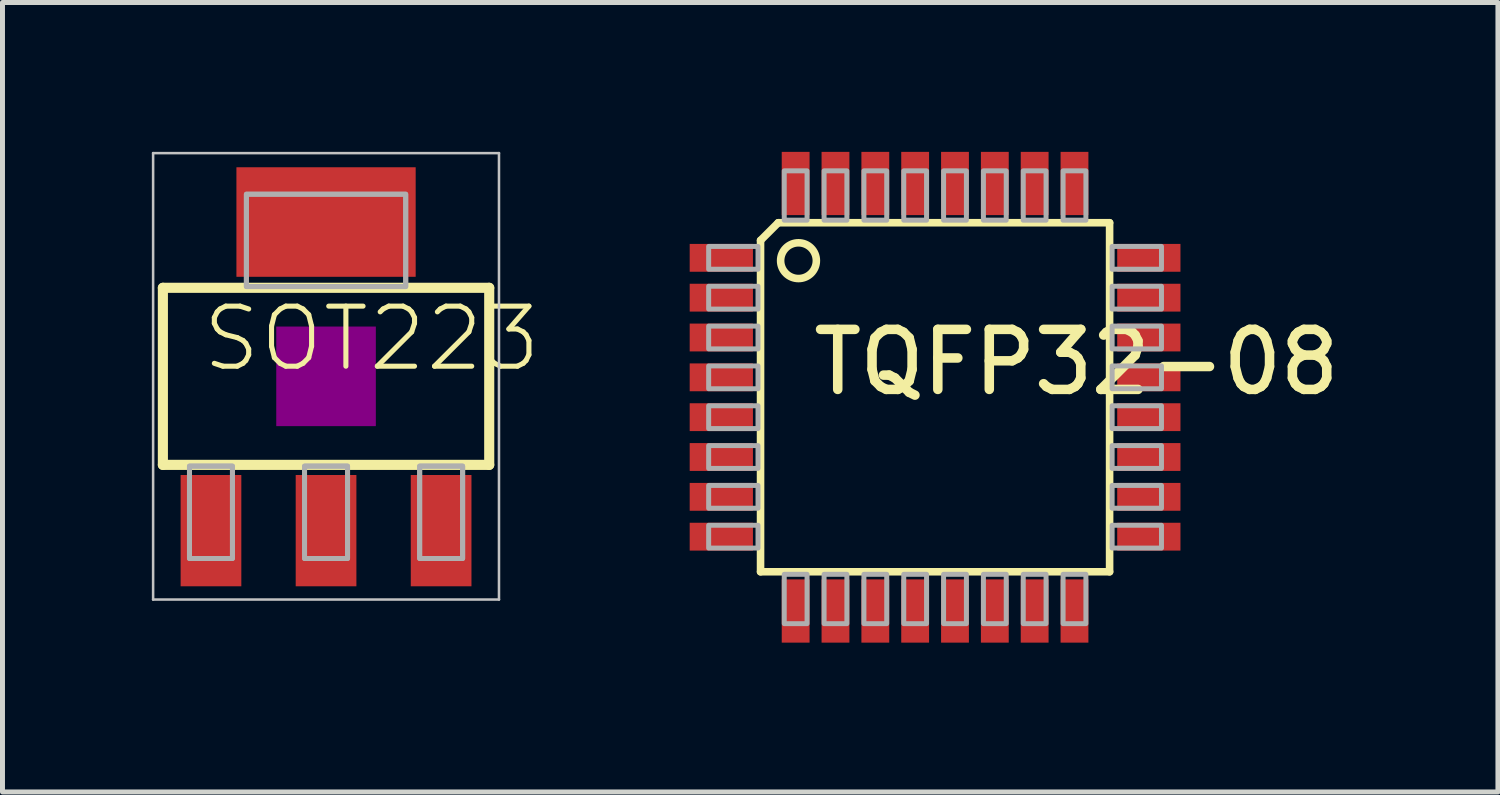
<source format=kicad_pcb>
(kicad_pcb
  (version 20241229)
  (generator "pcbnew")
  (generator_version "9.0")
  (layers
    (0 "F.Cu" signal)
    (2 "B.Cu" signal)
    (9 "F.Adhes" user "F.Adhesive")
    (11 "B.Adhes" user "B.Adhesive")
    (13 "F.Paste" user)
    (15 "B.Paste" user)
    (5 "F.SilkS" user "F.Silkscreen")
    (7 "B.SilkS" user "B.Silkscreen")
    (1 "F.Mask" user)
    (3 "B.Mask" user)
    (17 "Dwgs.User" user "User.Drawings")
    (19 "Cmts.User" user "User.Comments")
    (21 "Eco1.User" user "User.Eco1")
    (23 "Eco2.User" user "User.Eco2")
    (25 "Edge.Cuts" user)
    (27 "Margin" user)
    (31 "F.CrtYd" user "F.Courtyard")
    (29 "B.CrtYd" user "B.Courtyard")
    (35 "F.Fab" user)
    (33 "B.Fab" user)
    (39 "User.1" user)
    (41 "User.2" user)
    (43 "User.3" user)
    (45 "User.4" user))
  (footprint "SOT223"
    (layer "F.Cu")
    (at 3.498 4.508)
    (property "Reference" "SOT223" (at -2.54 -0.051 0) (layer "F.SilkS") (effects (font (size 1.206 1.206) (thickness 0.102)) (justify left bottom)))
    (attr through_hole)
    (fp_line (start -3.277 -1.778) (end 3.277 -1.778) (stroke (width 0.203) (type solid)) (layer "F.SilkS"))
    (fp_line (start -3.277 1.778) (end -3.277 -1.778) (stroke (width 0.203) (type solid)) (layer "F.SilkS"))
    (fp_line (start 3.277 -1.778) (end 3.277 1.778) (stroke (width 0.203) (type solid)) (layer "F.SilkS"))
    (fp_line (start 3.277 1.778) (end -3.277 1.778) (stroke (width 0.203) (type solid)) (layer "F.SilkS"))
    (fp_poly (pts (xy -1 1) (xy 1 1) (xy 1 -1) (xy -1 -1)) (stroke (width 0) (type solid)) (fill yes) (layer "F.Adhes"))
    (fp_line (start -3.473 -4.483) (end 3.473 -4.483) (stroke (width 0.051) (type solid)) (layer "Dwgs.User"))
    (fp_line (start -3.473 4.483) (end -3.473 -4.483) (stroke (width 0.051) (type solid)) (layer "Dwgs.User"))
    (fp_line (start 3.473 -4.483) (end 3.473 4.483) (stroke (width 0.051) (type solid)) (layer "Dwgs.User"))
    (fp_line (start 3.473 4.483) (end -3.473 4.483) (stroke (width 0.051) (type solid)) (layer "Dwgs.User"))
    (fp_poly (pts (xy -2.743 3.658) (xy -1.88 3.658) (xy -1.88 1.803) (xy -2.743 1.803)) (stroke (width 0.1) (type solid)) (fill no) (layer "F.Fab"))
    (fp_poly (pts (xy -2.743 3.658) (xy -1.88 3.658) (xy -1.88 1.803) (xy -2.743 1.803)) (stroke (width 0.1) (type solid)) (fill no) (layer "F.Fab"))
    (fp_poly (pts (xy -1.6 -1.803) (xy 1.6 -1.803) (xy 1.6 -3.658) (xy -1.6 -3.658)) (stroke (width 0.1) (type solid)) (fill no) (layer "F.Fab"))
    (fp_poly (pts (xy -1.6 -1.803) (xy 1.6 -1.803) (xy 1.6 -3.658) (xy -1.6 -3.658)) (stroke (width 0.1) (type solid)) (fill no) (layer "F.Fab"))
    (fp_poly (pts (xy -0.432 3.658) (xy 0.432 3.658) (xy 0.432 1.803) (xy -0.432 1.803)) (stroke (width 0.1) (type solid)) (fill no) (layer "F.Fab"))
    (fp_poly (pts (xy -0.432 3.658) (xy 0.432 3.658) (xy 0.432 1.803) (xy -0.432 1.803)) (stroke (width 0.1) (type solid)) (fill no) (layer "F.Fab"))
    (fp_poly (pts (xy 1.88 3.658) (xy 2.743 3.658) (xy 2.743 1.803) (xy 1.88 1.803)) (stroke (width 0.1) (type solid)) (fill no) (layer "F.Fab"))
    (fp_poly (pts (xy 1.88 3.658) (xy 2.743 3.658) (xy 2.743 1.803) (xy 1.88 1.803)) (stroke (width 0.1) (type solid)) (fill no) (layer "F.Fab"))
    (pad "1" smd rect (at -2.311 3.099) (size 1.219 2.235) (layers "F.Cu" "F.Mask" "F.Paste"))
    (pad "2" smd rect (at 0 3.099) (size 1.219 2.235) (layers "F.Cu" "F.Mask" "F.Paste"))
    (pad "3" smd rect (at 2.311 3.099) (size 1.219 2.235) (layers "F.Cu" "F.Mask" "F.Paste"))
    (pad "4" smd rect (at 0 -3.099) (size 3.6 2.2) (layers "F.Cu" "F.Mask" "F.Paste")))
  (footprint "TQFP32-08"
    (layer "F.Cu")
    (at 15.729 4.928)
    (property "Reference" "TQFP32-08" (at -2.54 0 0) (layer "F.SilkS") (effects (font (size 1.206 1.206) (thickness 0.191)) (justify left bottom)))
    (attr through_hole)
    (fp_line (start -3.505 3.505) (end -3.505 -3.15) (stroke (width 0.152) (type solid)) (layer "F.SilkS"))
    (fp_line (start -3.15 -3.505) (end -3.505 -3.15) (stroke (width 0.152) (type solid)) (layer "F.SilkS"))
    (fp_line (start -3.15 -3.505) (end 3.505 -3.505) (stroke (width 0.152) (type solid)) (layer "F.SilkS"))
    (fp_line (start 3.505 -3.505) (end 3.505 3.505) (stroke (width 0.152) (type solid)) (layer "F.SilkS"))
    (fp_line (start 3.505 3.505) (end -3.505 3.505) (stroke (width 0.152) (type solid)) (layer "F.SilkS"))
    (fp_circle (center -2.743 -2.743) (end -2.384 -2.743) (stroke (width 0.152) (type solid)) (fill no) (layer "F.SilkS"))
    (fp_poly (pts (xy -4.547 -2.571) (xy -3.556 -2.571) (xy -3.556 -3.029) (xy -4.547 -3.029)) (stroke (width 0.1) (type solid)) (fill no) (layer "F.Fab"))
    (fp_poly (pts (xy -4.547 -1.771) (xy -3.556 -1.771) (xy -3.556 -2.229) (xy -4.547 -2.229)) (stroke (width 0.1) (type solid)) (fill no) (layer "F.Fab"))
    (fp_poly (pts (xy -4.547 -0.971) (xy -3.556 -0.971) (xy -3.556 -1.429) (xy -4.547 -1.429)) (stroke (width 0.1) (type solid)) (fill no) (layer "F.Fab"))
    (fp_poly (pts (xy -4.547 -0.171) (xy -3.556 -0.171) (xy -3.556 -0.629) (xy -4.547 -0.629)) (stroke (width 0.1) (type solid)) (fill no) (layer "F.Fab"))
    (fp_poly (pts (xy -4.547 0.629) (xy -3.556 0.629) (xy -3.556 0.171) (xy -4.547 0.171)) (stroke (width 0.1) (type solid)) (fill no) (layer "F.Fab"))
    (fp_poly (pts (xy -4.547 1.429) (xy -3.556 1.429) (xy -3.556 0.971) (xy -4.547 0.971)) (stroke (width 0.1) (type solid)) (fill no) (layer "F.Fab"))
    (fp_poly (pts (xy -4.547 2.229) (xy -3.556 2.229) (xy -3.556 1.771) (xy -4.547 1.771)) (stroke (width 0.1) (type solid)) (fill no) (layer "F.Fab"))
    (fp_poly (pts (xy -4.547 3.029) (xy -3.556 3.029) (xy -3.556 2.571) (xy -4.547 2.571)) (stroke (width 0.1) (type solid)) (fill no) (layer "F.Fab"))
    (fp_poly (pts (xy -3.029 -3.556) (xy -2.571 -3.556) (xy -2.571 -4.547) (xy -3.029 -4.547)) (stroke (width 0.1) (type solid)) (fill no) (layer "F.Fab"))
    (fp_poly (pts (xy -3.029 4.547) (xy -2.571 4.547) (xy -2.571 3.556) (xy -3.029 3.556)) (stroke (width 0.1) (type solid)) (fill no) (layer "F.Fab"))
    (fp_poly (pts (xy -2.229 -3.556) (xy -1.771 -3.556) (xy -1.771 -4.547) (xy -2.229 -4.547)) (stroke (width 0.1) (type solid)) (fill no) (layer "F.Fab"))
    (fp_poly (pts (xy -2.229 4.547) (xy -1.771 4.547) (xy -1.771 3.556) (xy -2.229 3.556)) (stroke (width 0.1) (type solid)) (fill no) (layer "F.Fab"))
    (fp_poly (pts (xy -1.429 -3.556) (xy -0.971 -3.556) (xy -0.971 -4.547) (xy -1.429 -4.547)) (stroke (width 0.1) (type solid)) (fill no) (layer "F.Fab"))
    (fp_poly (pts (xy -1.429 4.547) (xy -0.971 4.547) (xy -0.971 3.556) (xy -1.429 3.556)) (stroke (width 0.1) (type solid)) (fill no) (layer "F.Fab"))
    (fp_poly (pts (xy -0.629 -3.556) (xy -0.171 -3.556) (xy -0.171 -4.547) (xy -0.629 -4.547)) (stroke (width 0.1) (type solid)) (fill no) (layer "F.Fab"))
    (fp_poly (pts (xy -0.629 4.547) (xy -0.171 4.547) (xy -0.171 3.556) (xy -0.629 3.556)) (stroke (width 0.1) (type solid)) (fill no) (layer "F.Fab"))
    (fp_poly (pts (xy 0.171 -3.556) (xy 0.629 -3.556) (xy 0.629 -4.547) (xy 0.171 -4.547)) (stroke (width 0.1) (type solid)) (fill no) (layer "F.Fab"))
    (fp_poly (pts (xy 0.171 4.547) (xy 0.629 4.547) (xy 0.629 3.556) (xy 0.171 3.556)) (stroke (width 0.1) (type solid)) (fill no) (layer "F.Fab"))
    (fp_poly (pts (xy 0.971 -3.556) (xy 1.429 -3.556) (xy 1.429 -4.547) (xy 0.971 -4.547)) (stroke (width 0.1) (type solid)) (fill no) (layer "F.Fab"))
    (fp_poly (pts (xy 0.971 4.547) (xy 1.429 4.547) (xy 1.429 3.556) (xy 0.971 3.556)) (stroke (width 0.1) (type solid)) (fill no) (layer "F.Fab"))
    (fp_poly (pts (xy 1.771 -3.556) (xy 2.229 -3.556) (xy 2.229 -4.547) (xy 1.771 -4.547)) (stroke (width 0.1) (type solid)) (fill no) (layer "F.Fab"))
    (fp_poly (pts (xy 1.771 4.547) (xy 2.229 4.547) (xy 2.229 3.556) (xy 1.771 3.556)) (stroke (width 0.1) (type solid)) (fill no) (layer "F.Fab"))
    (fp_poly (pts (xy 2.571 -3.556) (xy 3.029 -3.556) (xy 3.029 -4.547) (xy 2.571 -4.547)) (stroke (width 0.1) (type solid)) (fill no) (layer "F.Fab"))
    (fp_poly (pts (xy 2.571 4.547) (xy 3.029 4.547) (xy 3.029 3.556) (xy 2.571 3.556)) (stroke (width 0.1) (type solid)) (fill no) (layer "F.Fab"))
    (fp_poly (pts (xy 3.556 -2.571) (xy 4.547 -2.571) (xy 4.547 -3.029) (xy 3.556 -3.029)) (stroke (width 0.1) (type solid)) (fill no) (layer "F.Fab"))
    (fp_poly (pts (xy 3.556 -1.771) (xy 4.547 -1.771) (xy 4.547 -2.229) (xy 3.556 -2.229)) (stroke (width 0.1) (type solid)) (fill no) (layer "F.Fab"))
    (fp_poly (pts (xy 3.556 -0.971) (xy 4.547 -0.971) (xy 4.547 -1.429) (xy 3.556 -1.429)) (stroke (width 0.1) (type solid)) (fill no) (layer "F.Fab"))
    (fp_poly (pts (xy 3.556 -0.171) (xy 4.547 -0.171) (xy 4.547 -0.629) (xy 3.556 -0.629)) (stroke (width 0.1) (type solid)) (fill no) (layer "F.Fab"))
    (fp_poly (pts (xy 3.556 0.629) (xy 4.547 0.629) (xy 4.547 0.171) (xy 3.556 0.171)) (stroke (width 0.1) (type solid)) (fill no) (layer "F.Fab"))
    (fp_poly (pts (xy 3.556 1.429) (xy 4.547 1.429) (xy 4.547 0.971) (xy 3.556 0.971)) (stroke (width 0.1) (type solid)) (fill no) (layer "F.Fab"))
    (fp_poly (pts (xy 3.556 2.229) (xy 4.547 2.229) (xy 4.547 1.771) (xy 3.556 1.771)) (stroke (width 0.1) (type solid)) (fill no) (layer "F.Fab"))
    (fp_poly (pts (xy 3.556 3.029) (xy 4.547 3.029) (xy 4.547 2.571) (xy 3.556 2.571)) (stroke (width 0.1) (type solid)) (fill no) (layer "F.Fab"))
    (pad "1" smd rect (at -4.293 -2.8) (size 1.27 0.559) (layers "F.Cu" "F.Mask" "F.Paste"))
    (pad "2" smd rect (at -4.293 -2) (size 1.27 0.559) (layers "F.Cu" "F.Mask" "F.Paste"))
    (pad "3" smd rect (at -4.293 -1.2) (size 1.27 0.559) (layers "F.Cu" "F.Mask" "F.Paste"))
    (pad "4" smd rect (at -4.293 -0.4) (size 1.27 0.559) (layers "F.Cu" "F.Mask" "F.Paste"))
    (pad "5" smd rect (at -4.293 0.4) (size 1.27 0.559) (layers "F.Cu" "F.Mask" "F.Paste"))
    (pad "6" smd rect (at -4.293 1.2) (size 1.27 0.559) (layers "F.Cu" "F.Mask" "F.Paste"))
    (pad "7" smd rect (at -4.293 2) (size 1.27 0.559) (layers "F.Cu" "F.Mask" "F.Paste"))
    (pad "8" smd rect (at -4.293 2.8) (size 1.27 0.559) (layers "F.Cu" "F.Mask" "F.Paste"))
    (pad "9" smd rect (at -2.8 4.293) (size 0.559 1.27) (layers "F.Cu" "F.Mask" "F.Paste"))
    (pad "10" smd rect (at -2 4.293) (size 0.559 1.27) (layers "F.Cu" "F.Mask" "F.Paste"))
    (pad "11" smd rect (at -1.2 4.293) (size 0.559 1.27) (layers "F.Cu" "F.Mask" "F.Paste"))
    (pad "12" smd rect (at -0.4 4.293) (size 0.559 1.27) (layers "F.Cu" "F.Mask" "F.Paste"))
    (pad "13" smd rect (at 0.4 4.293) (size 0.559 1.27) (layers "F.Cu" "F.Mask" "F.Paste"))
    (pad "14" smd rect (at 1.2 4.293) (size 0.559 1.27) (layers "F.Cu" "F.Mask" "F.Paste"))
    (pad "15" smd rect (at 2 4.293) (size 0.559 1.27) (layers "F.Cu" "F.Mask" "F.Paste"))
    (pad "16" smd rect (at 2.8 4.293) (size 0.559 1.27) (layers "F.Cu" "F.Mask" "F.Paste"))
    (pad "17" smd rect (at 4.293 2.8) (size 1.27 0.559) (layers "F.Cu" "F.Mask" "F.Paste"))
    (pad "18" smd rect (at 4.293 2) (size 1.27 0.559) (layers "F.Cu" "F.Mask" "F.Paste"))
    (pad "19" smd rect (at 4.293 1.2) (size 1.27 0.559) (layers "F.Cu" "F.Mask" "F.Paste"))
    (pad "20" smd rect (at 4.293 0.4) (size 1.27 0.559) (layers "F.Cu" "F.Mask" "F.Paste"))
    (pad "21" smd rect (at 4.293 -0.4) (size 1.27 0.559) (layers "F.Cu" "F.Mask" "F.Paste"))
    (pad "22" smd rect (at 4.293 -1.2) (size 1.27 0.559) (layers "F.Cu" "F.Mask" "F.Paste"))
    (pad "23" smd rect (at 4.293 -2) (size 1.27 0.559) (layers "F.Cu" "F.Mask" "F.Paste"))
    (pad "24" smd rect (at 4.293 -2.8) (size 1.27 0.559) (layers "F.Cu" "F.Mask" "F.Paste"))
    (pad "25" smd rect (at 2.8 -4.293) (size 0.559 1.27) (layers "F.Cu" "F.Mask" "F.Paste"))
    (pad "26" smd rect (at 2 -4.293) (size 0.559 1.27) (layers "F.Cu" "F.Mask" "F.Paste"))
    (pad "27" smd rect (at 1.2 -4.293) (size 0.559 1.27) (layers "F.Cu" "F.Mask" "F.Paste"))
    (pad "28" smd rect (at 0.4 -4.293) (size 0.559 1.27) (layers "F.Cu" "F.Mask" "F.Paste"))
    (pad "29" smd rect (at -0.4 -4.293) (size 0.559 1.27) (layers "F.Cu" "F.Mask" "F.Paste"))
    (pad "30" smd rect (at -1.2 -4.293) (size 0.559 1.27) (layers "F.Cu" "F.Mask" "F.Paste"))
    (pad "31" smd rect (at -2 -4.293) (size 0.559 1.27) (layers "F.Cu" "F.Mask" "F.Paste"))
    (pad "32" smd rect (at -2.8 -4.293) (size 0.559 1.27) (layers "F.Cu" "F.Mask" "F.Paste")))
  (gr_rect
    (start -3 -3)
    (end 27.033 12.855)
    (stroke (width 0.1) (type default))
    (fill no)
    (layer "Edge.Cuts")))
</source>
